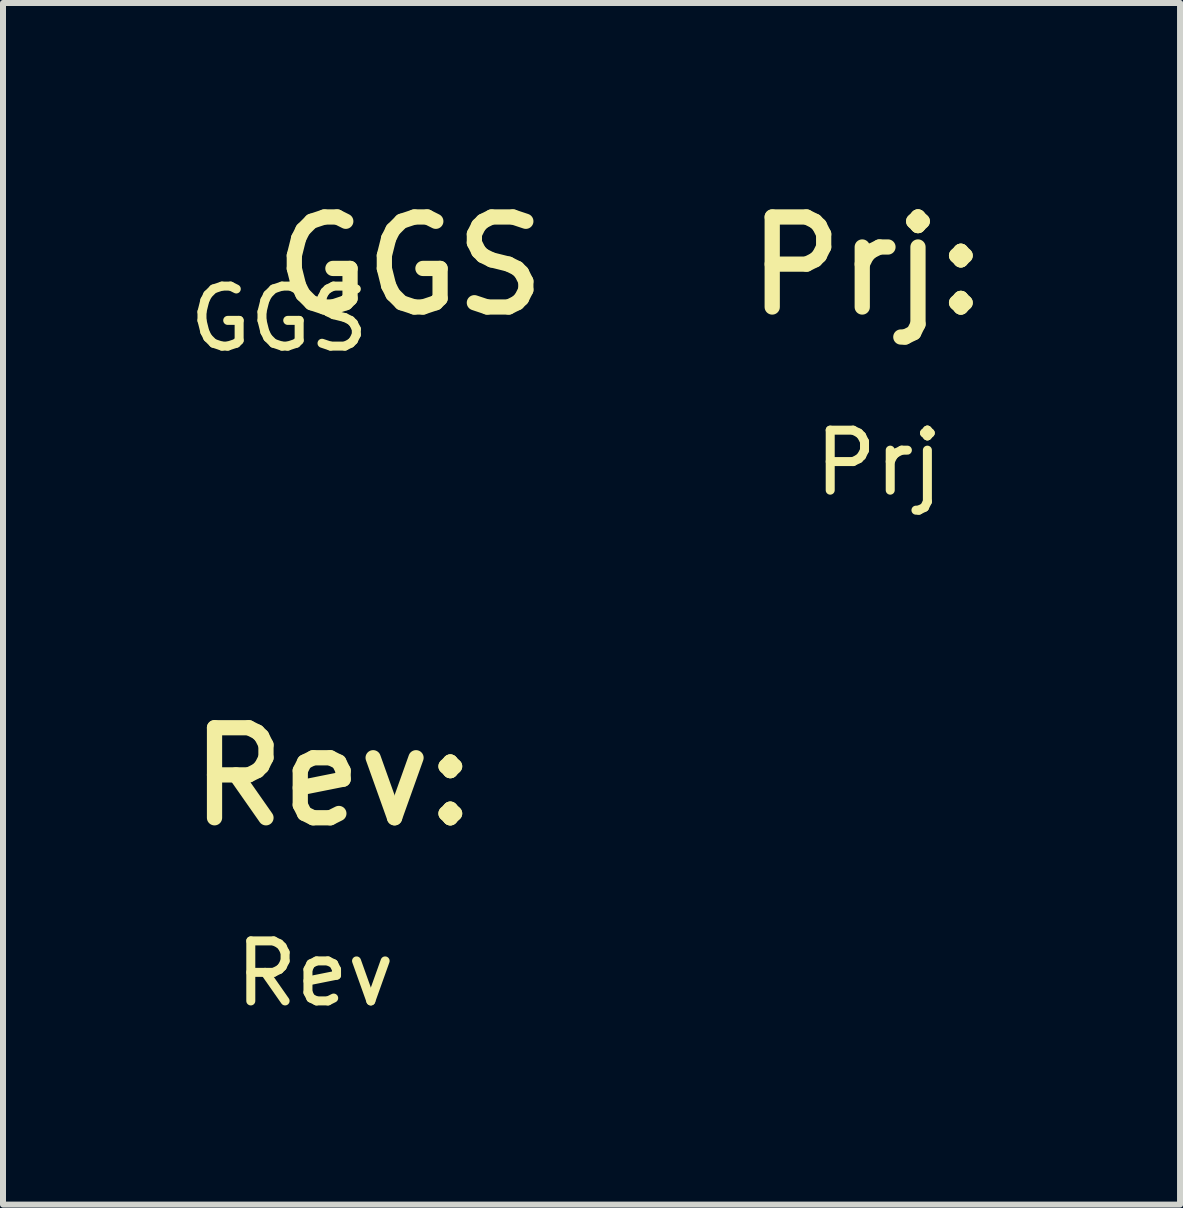
<source format=kicad_pcb>
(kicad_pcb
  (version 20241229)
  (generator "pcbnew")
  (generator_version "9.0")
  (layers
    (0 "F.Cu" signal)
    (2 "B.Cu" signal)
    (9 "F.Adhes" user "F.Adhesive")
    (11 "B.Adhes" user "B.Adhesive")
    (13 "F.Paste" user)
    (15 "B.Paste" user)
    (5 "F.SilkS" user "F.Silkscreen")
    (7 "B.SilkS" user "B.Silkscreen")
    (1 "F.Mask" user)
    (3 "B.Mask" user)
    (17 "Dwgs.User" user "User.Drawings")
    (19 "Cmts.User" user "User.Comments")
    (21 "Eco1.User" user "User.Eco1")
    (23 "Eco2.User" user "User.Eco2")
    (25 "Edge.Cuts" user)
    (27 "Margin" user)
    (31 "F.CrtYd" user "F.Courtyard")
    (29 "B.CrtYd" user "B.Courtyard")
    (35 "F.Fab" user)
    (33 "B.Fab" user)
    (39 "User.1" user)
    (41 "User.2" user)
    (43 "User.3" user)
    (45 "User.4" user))
  (footprint "Prj"
    (layer "F.Cu")
    (at 11.592 5.162)
    (property "Reference" "Prj" (at 0 -0.5 0) (unlocked yes) (layer "F.SilkS") (effects (font (size 1 1) (thickness 0.15))))
    (attr smd)
    (fp_text user "Prj:" (at -2.3 -2.9 0) (layer "F.SilkS") (effects (font (size 1.5 1.5) (thickness 0.254) (bold yes)) (justify left bottom))))
  (footprint "GGS"
    (layer "F.Cu")
    (at 1.601 2.762)
    (property "Reference" "GGS" (at 0 -0.5 0) (unlocked yes) (layer "F.SilkS") (effects (font (size 1 1) (thickness 0.15))))
    (attr smd)
    (fp_text user "GGS" (at -0.2 -0.5 0) (layer "F.SilkS") (effects (font (size 1.5 1.5) (thickness 0.254) (bold yes)) (justify left bottom))))
  (footprint "Rev"
    (layer "F.Cu")
    (at 2.2 13.672)
    (property "Reference" "Rev" (at 0 -0.5 0) (unlocked yes) (layer "F.SilkS") (effects (font (size 1 1) (thickness 0.15))))
    (attr smd)
    (fp_text user "Rev:" (at -2.2 -2.9 0) (layer "F.SilkS") (effects (font (size 1.5 1.5) (thickness 0.254) (bold yes)) (justify left bottom))))
  (gr_rect
    (start -3 -3)
    (end 16.611 17.02)
    (stroke (width 0.1) (type default))
    (fill no)
    (layer "Edge.Cuts")))
</source>
